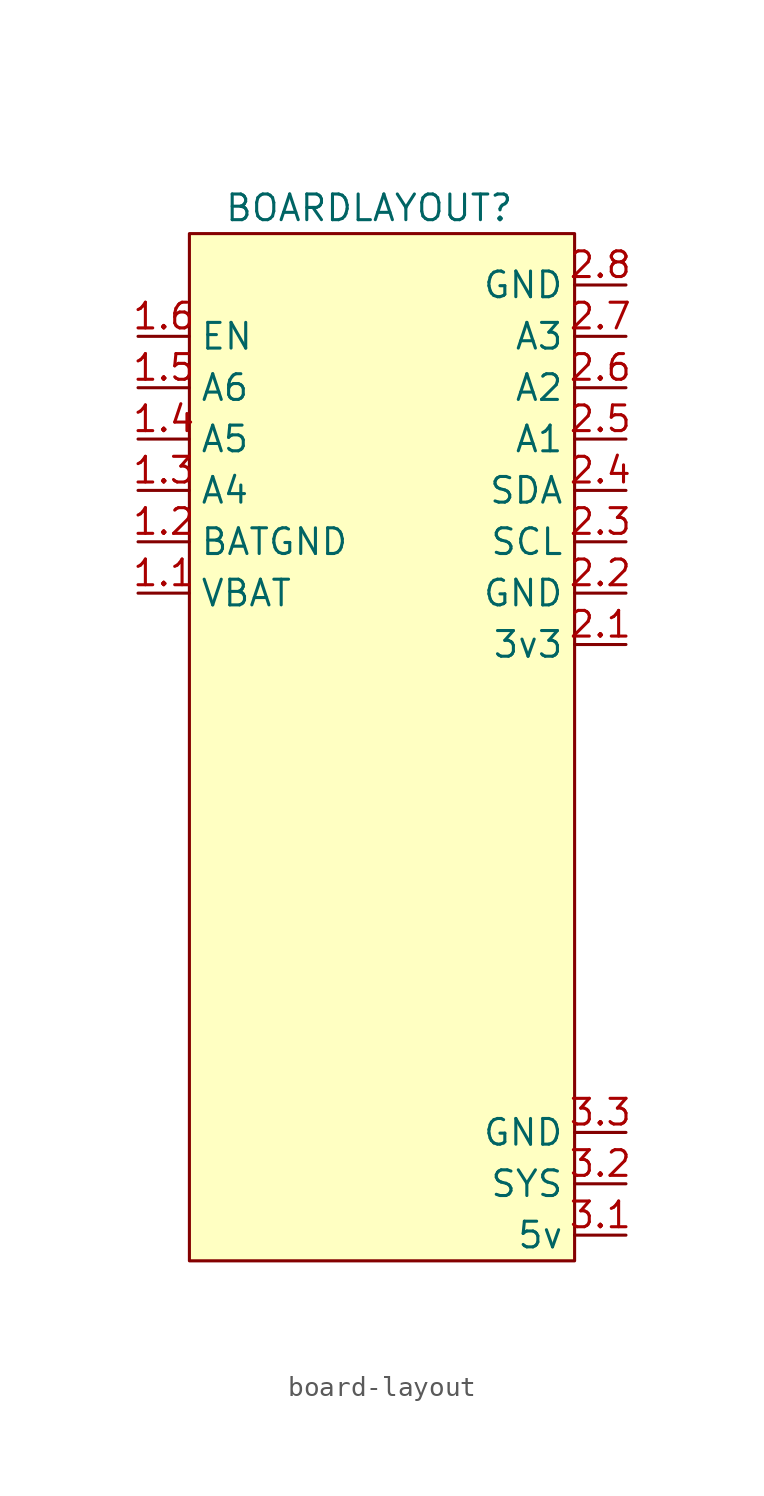
<source format=kicad_sym>
(kicad_symbol_lib
  (version 20220914)
  (generator kicad_symbol_editor)
  (symbol "board-layout"
    (property "Reference" "BOARDLAYOUT"
      (at 0 19.05 0)
      (effects (font (size 1.27 1.27))))
    (symbol "board-layout_1_1"
      (rectangle (start -8.89 17.78) (end 10.16 -33.02) (stroke (width 0) (type default)) (fill (type background)))
      (pin power_in line (at -11.43 0 0) (length 2.54) (name "VBAT" (effects (font (size 1.27 1.27)))) (number "1.1" (effects (font (size 1.27 1.27)))))
      (pin power_in line (at -11.43 2.54 0) (length 2.54) (name "BATGND" (effects (font (size 1.27 1.27)))) (number "1.2" (effects (font (size 1.27 1.27)))))
      (pin bidirectional line (at -11.43 5.08 0) (length 2.54) (name "A4" (effects (font (size 1.27 1.27)))) (number "1.3" (effects (font (size 1.27 1.27)))))
      (pin bidirectional line (at -11.43 7.62 0) (length 2.54) (name "A5" (effects (font (size 1.27 1.27)))) (number "1.4" (effects (font (size 1.27 1.27)))))
      (pin bidirectional line (at -11.43 10.16 0) (length 2.54) (name "A6" (effects (font (size 1.27 1.27)))) (number "1.5" (effects (font (size 1.27 1.27)))))
      (pin bidirectional line (at -11.43 12.7 0) (length 2.54) (name "EN" (effects (font (size 1.27 1.27)))) (number "1.6" (effects (font (size 1.27 1.27)))))
      (pin bidirectional line (at 12.7 -2.54 180) (length 2.54) (name "3v3" (effects (font (size 1.27 1.27)))) (number "2.1" (effects (font (size 1.27 1.27)))) (alternate "FSPICS0" bidirectional line))
      (pin bidirectional line (at 12.7 0 180) (length 2.54) (name "GND" (effects (font (size 1.27 1.27)))) (number "2.2" (effects (font (size 1.27 1.27)))) (alternate "FSPIQ" bidirectional line))
      (pin bidirectional line (at 12.7 2.54 180) (length 2.54) (name "SCL" (effects (font (size 1.27 1.27)))) (number "2.3" (effects (font (size 1.27 1.27)))) (alternate "FSPIQ" bidirectional line))
      (pin bidirectional line (at 12.7 5.08 180) (length 2.54) (name "SDA" (effects (font (size 1.27 1.27)))) (number "2.4" (effects (font (size 1.27 1.27)))) (alternate "FSPID" bidirectional line))
      (pin bidirectional line (at 12.7 7.62 180) (length 2.54) (name "A1" (effects (font (size 1.27 1.27)))) (number "2.5" (effects (font (size 1.27 1.27)))))
      (pin bidirectional line (at 12.7 10.16 180) (length 2.54) (name "A2" (effects (font (size 1.27 1.27)))) (number "2.6" (effects (font (size 1.27 1.27)))))
      (pin bidirectional line (at 12.7 12.7 180) (length 2.54) (name "A3" (effects (font (size 1.27 1.27)))) (number "2.7" (effects (font (size 1.27 1.27)))))
      (pin power_in line (at 12.7 15.24 180) (length 2.54) (name "GND" (effects (font (size 1.27 1.27)))) (number "2.8" (effects (font (size 1.27 1.27)))))
      (pin power_in line (at 12.7 -31.75 180) (length 2.54) (name "5v" (effects (font (size 1.27 1.27)))) (number "3.1" (effects (font (size 1.27 1.27)))))
      (pin power_in line (at 12.7 -29.21 180) (length 2.54) (name "SYS" (effects (font (size 1.27 1.27)))) (number "3.2" (effects (font (size 1.27 1.27)))))
      (pin power_in line (at 12.7 -26.67 180) (length 2.54) (name "GND" (effects (font (size 1.27 1.27)))) (number "3.3" (effects (font (size 1.27 1.27))))))))
</source>
